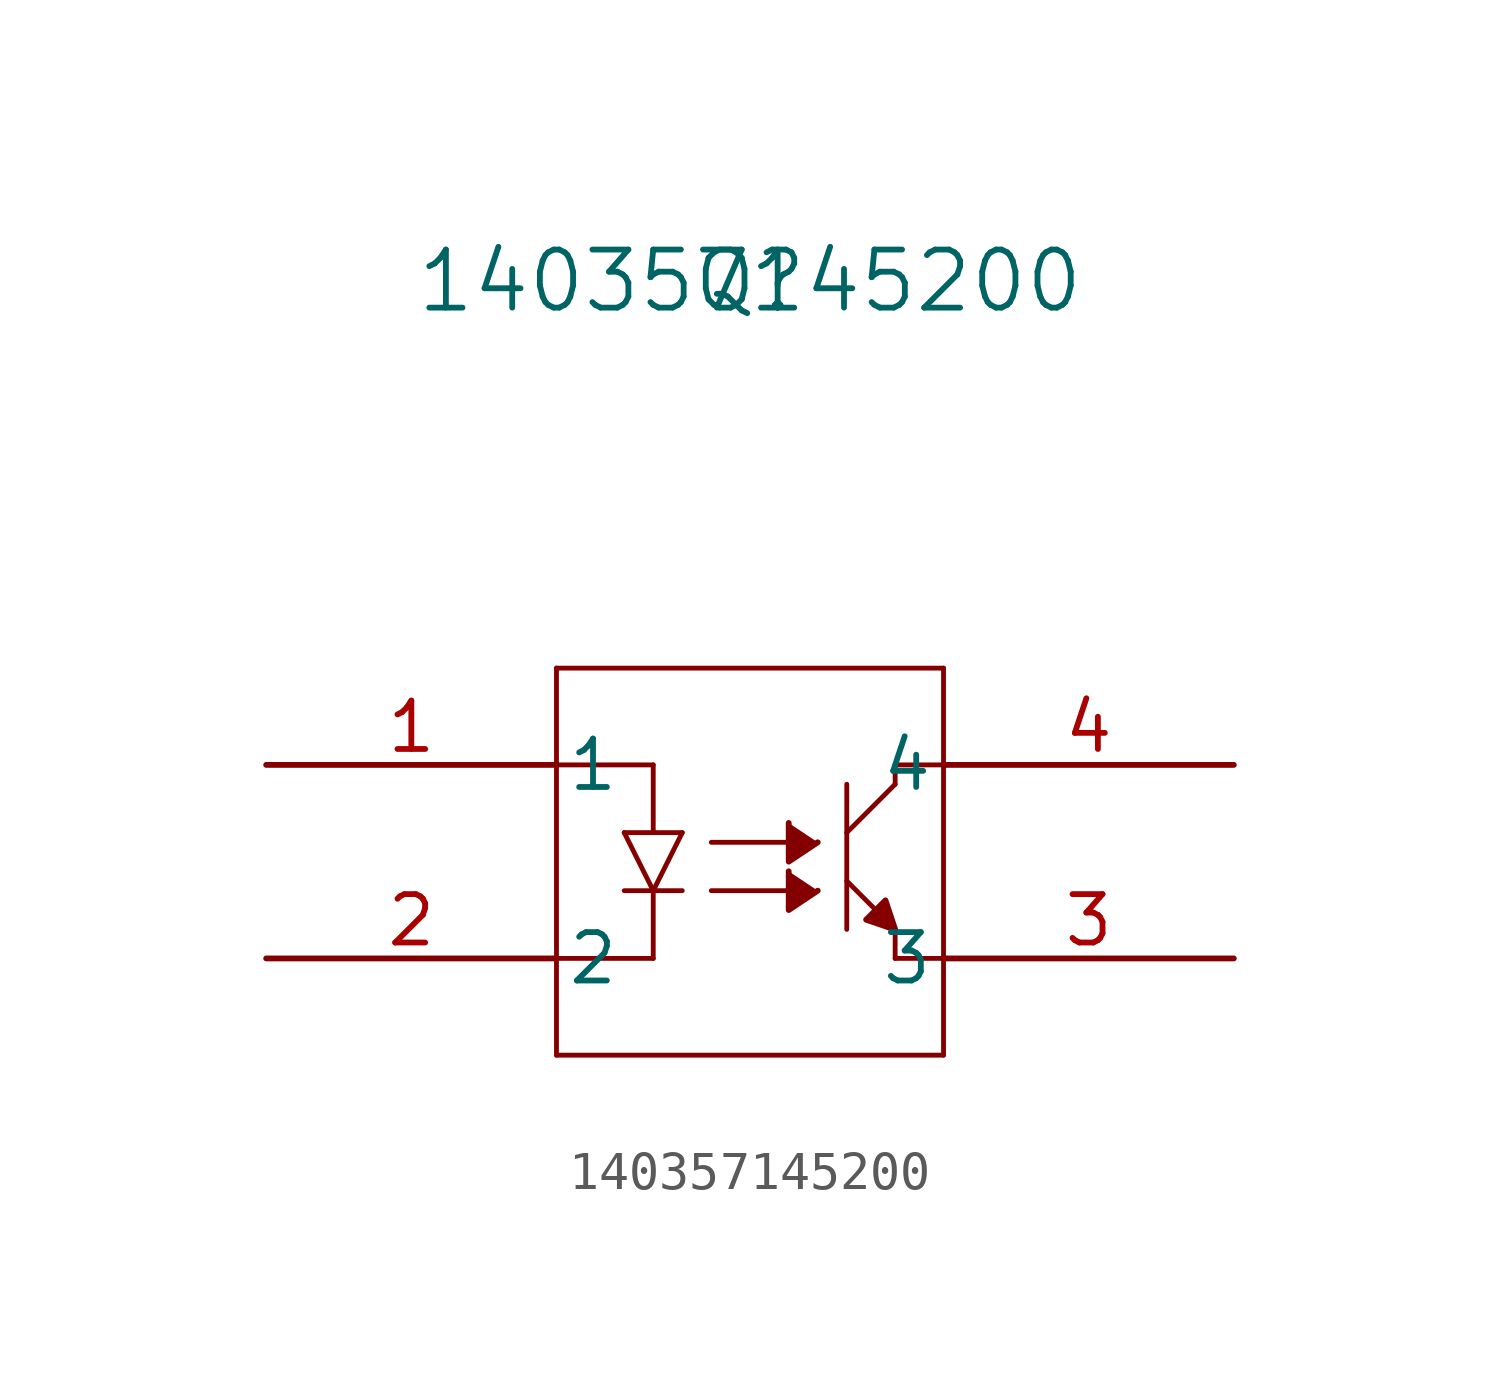
<source format=kicad_sym>
(kicad_symbol_lib
  (version 20211014)
  (generator kicad_symbol_editor)
  (symbol "140357145200"
    (pin_names
      (offset 0.254))
    (property "Reference" "Q"
      (at 12.7 12.7 0)
      (effects (font (size 1.524 1.524))))
    (property "Value" "140357145200"
      (at 12.7 12.7 0)
      (effects (font (size 1.524 1.524))))
    (symbol "140357145200_0_1"
      (polyline (pts (xy 15.24 -4.318) (xy 15.24 -0.508)) (stroke (width 0.127) (type default) (color 0 0 0 0)) (fill (type none)))
      (polyline (pts (xy 15.24 -3.048) (xy 16.002 -3.81)) (stroke (width 0.127) (type default) (color 0 0 0 0)) (fill (type none)))
      (polyline (pts (xy 17.78 -5.08) (xy 16.51 -5.08)) (stroke (width 0.127) (type default) (color 0 0 0 0)) (fill (type none)))
      (polyline (pts (xy 17.78 2.54) (xy 17.78 -7.62)) (stroke (width 0.127) (type default) (color 0 0 0 0)) (fill (type none)))
      (polyline (pts (xy 16.51 -4.318) (xy 16.51 -5.08)) (stroke (width 0.127) (type default) (color 0 0 0 0)) (fill (type none)))
      (polyline (pts (xy 7.62 -7.62) (xy 17.78 -7.62)) (stroke (width 0.127) (type default) (color 0 0 0 0)) (fill (type none)))
      (polyline (pts (xy 15.24 -1.778) (xy 16.51 -0.508)) (stroke (width 0.127) (type default) (color 0 0 0 0)) (fill (type none)))
      (polyline (pts (xy 16.51 -0.508) (xy 16.51 0)) (stroke (width 0.127) (type default) (color 0 0 0 0)) (fill (type none)))
      (polyline (pts (xy 16.51 0) (xy 17.78 0)) (stroke (width 0.127) (type default) (color 0 0 0 0)) (fill (type none)))
      (polyline (pts (xy 7.62 -7.62) (xy 7.62 2.54)) (stroke (width 0.127) (type default) (color 0 0 0 0)) (fill (type none)))
      (polyline (pts (xy 10.16 0) (xy 7.62 0)) (stroke (width 0.127) (type default) (color 0 0 0 0)) (fill (type none)))
      (polyline (pts (xy 17.78 2.54) (xy 7.62 2.54)) (stroke (width 0.127) (type default) (color 0 0 0 0)) (fill (type none)))
      (polyline (pts (xy 9.398 -3.302) (xy 10.922 -3.302)) (stroke (width 0.127) (type default) (color 0 0 0 0)) (fill (type none)))
      (polyline (pts (xy 10.16 -3.302) (xy 10.922 -1.778)) (stroke (width 0.127) (type default) (color 0 0 0 0)) (fill (type none)))
      (polyline (pts (xy 10.922 -1.778) (xy 9.398 -1.778)) (stroke (width 0.127) (type default) (color 0 0 0 0)) (fill (type none)))
      (polyline (pts (xy 9.398 -1.778) (xy 10.16 -3.302)) (stroke (width 0.127) (type default) (color 0 0 0 0)) (fill (type none)))
      (polyline (pts (xy 10.16 -5.08) (xy 7.62 -5.08)) (stroke (width 0.127) (type default) (color 0 0 0 0)) (fill (type none)))
      (polyline (pts (xy 10.16 0) (xy 10.16 -1.778)) (stroke (width 0.127) (type default) (color 0 0 0 0)) (fill (type none)))
      (polyline (pts (xy 10.16 -3.302) (xy 10.16 -5.08)) (stroke (width 0.127) (type default) (color 0 0 0 0)) (fill (type none)))
      (polyline (pts (xy 11.684 -2.032) (xy 13.716 -2.032)) (stroke (width 0.127) (type default) (color 0 0 0 0)) (fill (type none)))
      (polyline (pts (xy 16.472 -4.311) (xy 15.748 -4.064) (xy 16.256 -3.556) (xy 16.51 -4.318)) (stroke (width 0) (type default) (color 0 0 0 0)) (fill (type outline)))
      (polyline (pts (xy 11.684 -3.302) (xy 13.716 -3.302)) (stroke (width 0.127) (type default) (color 0 0 0 0)) (fill (type none)))
      (polyline (pts (xy 13.716 -1.524) (xy 13.716 -2.54) (xy 14.478 -2.032)) (stroke (width 0) (type default) (color 0 0 0 0)) (fill (type outline)))
      (polyline (pts (xy 13.716 -2.794) (xy 13.716 -3.81) (xy 14.478 -3.302)) (stroke (width 0) (type default) (color 0 0 0 0)) (fill (type outline)))
      (pin unspecified line (at 0 0 0) (length 7.62) (name "1" (effects (font (size 1.27 1.27)))) (number "1" (effects (font (size 1.27 1.27)))))
      (pin unspecified line (at 0 -5.08 0) (length 7.62) (name "2" (effects (font (size 1.27 1.27)))) (number "2" (effects (font (size 1.27 1.27)))))
      (pin unspecified line (at 25.4 -5.08 180) (length 7.62) (name "3" (effects (font (size 1.27 1.27)))) (number "3" (effects (font (size 1.27 1.27)))))
      (pin unspecified line (at 25.4 0 180) (length 7.62) (name "4" (effects (font (size 1.27 1.27)))) (number "4" (effects (font (size 1.27 1.27))))))))
</source>
